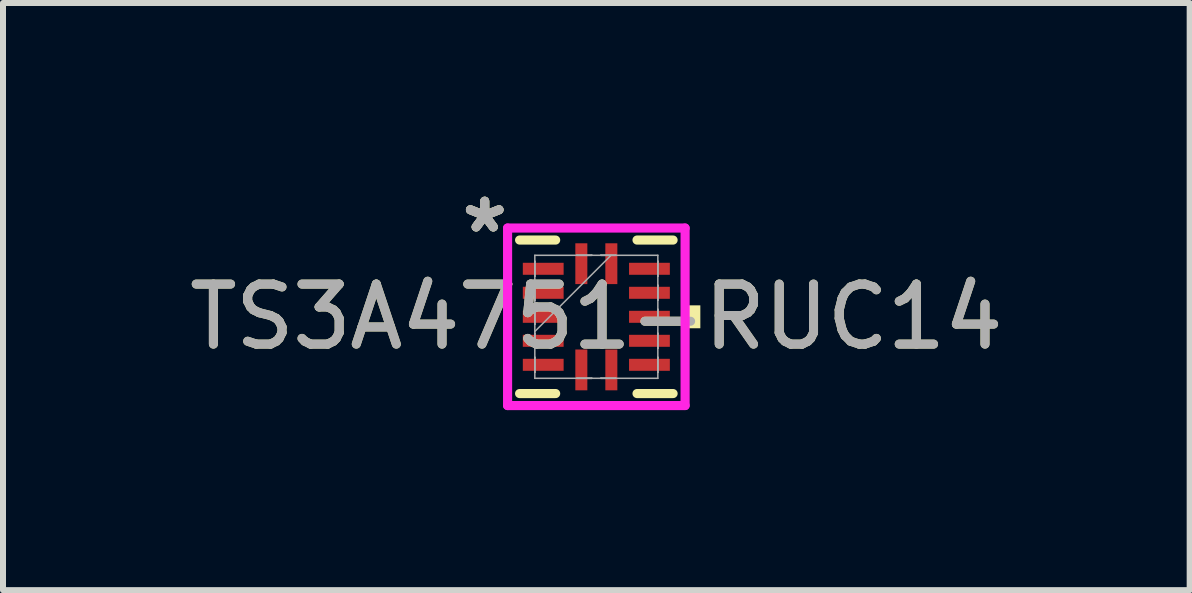
<source format=kicad_pcb>
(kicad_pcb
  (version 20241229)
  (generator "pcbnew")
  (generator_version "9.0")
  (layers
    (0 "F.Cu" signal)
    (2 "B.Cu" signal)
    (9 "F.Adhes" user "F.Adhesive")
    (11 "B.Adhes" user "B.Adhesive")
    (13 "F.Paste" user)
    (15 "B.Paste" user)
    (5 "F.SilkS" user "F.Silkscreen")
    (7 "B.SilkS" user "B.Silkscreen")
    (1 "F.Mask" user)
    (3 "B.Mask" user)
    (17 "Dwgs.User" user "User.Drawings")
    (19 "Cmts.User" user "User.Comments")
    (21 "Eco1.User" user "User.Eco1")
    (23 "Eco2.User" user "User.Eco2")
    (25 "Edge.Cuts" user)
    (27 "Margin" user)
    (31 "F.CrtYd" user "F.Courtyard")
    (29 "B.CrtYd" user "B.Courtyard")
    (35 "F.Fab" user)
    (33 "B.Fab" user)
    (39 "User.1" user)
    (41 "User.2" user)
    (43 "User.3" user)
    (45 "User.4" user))
  (footprint "TS3A4751-RUC14"
    (layer "F.Cu")
    (at 6.887 2.229)
    (property "Reference" "TS3A4751-RUC14" (at 0 0 0) (unlocked yes) (layer "F.SilkS") (effects (font (size 1 1) (thickness 0.15))))
    (attr smd)
    (fp_poly (pts (xy -1.275 -0.95) (xy -1.275 -0.65) (xy -0.495 -0.65) (xy -0.495 -0.95)) (stroke (width 0) (type solid)) (fill yes) (layer "F.Mask"))
    (fp_poly (pts (xy -1.275 -0.55) (xy -1.275 -0.25) (xy -0.495 -0.25) (xy -0.495 -0.55)) (stroke (width 0) (type solid)) (fill yes) (layer "F.Mask"))
    (fp_poly (pts (xy -1.275 -0.15) (xy -1.275 0.15) (xy -0.495 0.15) (xy -0.495 -0.15)) (stroke (width 0) (type solid)) (fill yes) (layer "F.Mask"))
    (fp_poly (pts (xy -1.275 0.25) (xy -1.275 0.55) (xy -0.495 0.55) (xy -0.495 0.25)) (stroke (width 0) (type solid)) (fill yes) (layer "F.Mask"))
    (fp_poly (pts (xy -1.275 0.65) (xy -1.275 0.95) (xy -0.495 0.95) (xy -0.495 0.65)) (stroke (width 0) (type solid)) (fill yes) (layer "F.Mask"))
    (fp_poly (pts (xy -0.4 -1.275) (xy -0.4 -0.495) (xy -0.1 -0.495) (xy -0.1 -1.275)) (stroke (width 0) (type solid)) (fill yes) (layer "F.Mask"))
    (fp_poly (pts (xy -0.4 0.495) (xy -0.4 1.275) (xy -0.1 1.275) (xy -0.1 0.495)) (stroke (width 0) (type solid)) (fill yes) (layer "F.Mask"))
    (fp_poly (pts (xy 0.1 -1.275) (xy 0.1 -0.495) (xy 0.4 -0.495) (xy 0.4 -1.275)) (stroke (width 0) (type solid)) (fill yes) (layer "F.Mask"))
    (fp_poly (pts (xy 0.1 0.495) (xy 0.1 1.275) (xy 0.4 1.275) (xy 0.4 0.495)) (stroke (width 0) (type solid)) (fill yes) (layer "F.Mask"))
    (fp_poly (pts (xy 0.495 -0.95) (xy 0.495 -0.65) (xy 1.275 -0.65) (xy 1.275 -0.95)) (stroke (width 0) (type solid)) (fill yes) (layer "F.Mask"))
    (fp_poly (pts (xy 0.495 -0.55) (xy 0.495 -0.25) (xy 1.275 -0.25) (xy 1.275 -0.55)) (stroke (width 0) (type solid)) (fill yes) (layer "F.Mask"))
    (fp_poly (pts (xy 0.495 -0.15) (xy 0.495 0.15) (xy 1.275 0.15) (xy 1.275 -0.15)) (stroke (width 0) (type solid)) (fill yes) (layer "F.Mask"))
    (fp_poly (pts (xy 0.495 0.25) (xy 0.495 0.55) (xy 1.275 0.55) (xy 1.275 0.25)) (stroke (width 0) (type solid)) (fill yes) (layer "F.Mask"))
    (fp_poly (pts (xy 0.495 0.65) (xy 0.495 0.95) (xy 1.275 0.95) (xy 1.275 0.65)) (stroke (width 0) (type solid)) (fill yes) (layer "F.Mask"))
    (fp_line (start -1.279 1.279) (end -0.678 1.279) (stroke (width 0.152) (type solid)) (layer "F.SilkS"))
    (fp_line (start -0.678 -1.279) (end -1.279 -1.279) (stroke (width 0.152) (type solid)) (layer "F.SilkS"))
    (fp_line (start 0.678 1.279) (end 1.279 1.279) (stroke (width 0.152) (type solid)) (layer "F.SilkS"))
    (fp_line (start 1.279 -1.279) (end 0.678 -1.279) (stroke (width 0.152) (type solid)) (layer "F.SilkS"))
    (fp_poly (pts (xy 1.733 -0.191) (xy 1.733 0.191) (xy 1.479 0.191) (xy 1.479 -0.191)) (stroke (width 0) (type solid)) (fill yes) (layer "F.SilkS"))
    (fp_poly (pts (xy -1.2 -0.875) (xy -1.2 -0.725) (xy -0.57 -0.725) (xy -0.57 -0.875)) (stroke (width 0) (type solid)) (fill yes) (layer "F.Paste"))
    (fp_poly (pts (xy -1.2 -0.475) (xy -1.2 -0.325) (xy -0.57 -0.325) (xy -0.57 -0.475)) (stroke (width 0) (type solid)) (fill yes) (layer "F.Paste"))
    (fp_poly (pts (xy -1.2 -0.075) (xy -1.2 0.075) (xy -0.57 0.075) (xy -0.57 -0.075)) (stroke (width 0) (type solid)) (fill yes) (layer "F.Paste"))
    (fp_poly (pts (xy -1.2 0.325) (xy -1.2 0.475) (xy -0.57 0.475) (xy -0.57 0.325)) (stroke (width 0) (type solid)) (fill yes) (layer "F.Paste"))
    (fp_poly (pts (xy -1.2 0.725) (xy -1.2 0.875) (xy -0.57 0.875) (xy -0.57 0.725)) (stroke (width 0) (type solid)) (fill yes) (layer "F.Paste"))
    (fp_poly (pts (xy -0.325 -1.2) (xy -0.325 -0.57) (xy -0.175 -0.57) (xy -0.175 -1.2)) (stroke (width 0) (type solid)) (fill yes) (layer "F.Paste"))
    (fp_poly (pts (xy -0.325 0.57) (xy -0.325 1.2) (xy -0.175 1.2) (xy -0.175 0.57)) (stroke (width 0) (type solid)) (fill yes) (layer "F.Paste"))
    (fp_poly (pts (xy 0.175 -1.2) (xy 0.175 -0.57) (xy 0.325 -0.57) (xy 0.325 -1.2)) (stroke (width 0) (type solid)) (fill yes) (layer "F.Paste"))
    (fp_poly (pts (xy 0.175 0.57) (xy 0.175 1.2) (xy 0.325 1.2) (xy 0.325 0.57)) (stroke (width 0) (type solid)) (fill yes) (layer "F.Paste"))
    (fp_poly (pts (xy 0.57 -0.875) (xy 0.57 -0.725) (xy 1.2 -0.725) (xy 1.2 -0.875)) (stroke (width 0) (type solid)) (fill yes) (layer "F.Paste"))
    (fp_poly (pts (xy 0.57 -0.475) (xy 0.57 -0.325) (xy 1.2 -0.325) (xy 1.2 -0.475)) (stroke (width 0) (type solid)) (fill yes) (layer "F.Paste"))
    (fp_poly (pts (xy 0.57 -0.075) (xy 0.57 0.075) (xy 1.2 0.075) (xy 1.2 -0.075)) (stroke (width 0) (type solid)) (fill yes) (layer "F.Paste"))
    (fp_poly (pts (xy 0.57 0.325) (xy 0.57 0.475) (xy 1.2 0.475) (xy 1.2 0.325)) (stroke (width 0) (type solid)) (fill yes) (layer "F.Paste"))
    (fp_poly (pts (xy 0.57 0.725) (xy 0.57 0.875) (xy 1.2 0.875) (xy 1.2 0.725)) (stroke (width 0) (type solid)) (fill yes) (layer "F.Paste"))
    (fp_line (start -1.479 -1.479) (end 1.479 -1.479) (stroke (width 0.152) (type solid)) (layer "F.CrtYd"))
    (fp_line (start -1.479 1.479) (end -1.479 -1.479) (stroke (width 0.152) (type solid)) (layer "F.CrtYd"))
    (fp_line (start 1.479 -1.479) (end 1.479 1.479) (stroke (width 0.152) (type solid)) (layer "F.CrtYd"))
    (fp_line (start 1.479 1.479) (end -1.479 1.479) (stroke (width 0.152) (type solid)) (layer "F.CrtYd"))
    (fp_line (start -1.025 -1.025) (end -1.025 1.025) (stroke (width 0.025) (type solid)) (layer "F.Fab"))
    (fp_line (start -1.025 -0.925) (end -1.025 -0.925) (stroke (width 0.025) (type solid)) (layer "F.Fab"))
    (fp_line (start -1.025 -0.925) (end -1.025 -0.675) (stroke (width 0.025) (type solid)) (layer "F.Fab"))
    (fp_line (start -1.025 -0.675) (end -1.025 -0.925) (stroke (width 0.025) (type solid)) (layer "F.Fab"))
    (fp_line (start -1.025 -0.675) (end -1.025 -0.675) (stroke (width 0.025) (type solid)) (layer "F.Fab"))
    (fp_line (start -1.025 -0.525) (end -1.025 -0.525) (stroke (width 0.025) (type solid)) (layer "F.Fab"))
    (fp_line (start -1.025 -0.525) (end -1.025 -0.275) (stroke (width 0.025) (type solid)) (layer "F.Fab"))
    (fp_line (start -1.025 -0.275) (end -1.025 -0.525) (stroke (width 0.025) (type solid)) (layer "F.Fab"))
    (fp_line (start -1.025 -0.275) (end -1.025 -0.275) (stroke (width 0.025) (type solid)) (layer "F.Fab"))
    (fp_line (start -1.025 -0.125) (end -1.025 -0.125) (stroke (width 0.025) (type solid)) (layer "F.Fab"))
    (fp_line (start -1.025 -0.125) (end -1.025 0.125) (stroke (width 0.025) (type solid)) (layer "F.Fab"))
    (fp_line (start -1.025 0.125) (end -1.025 -0.125) (stroke (width 0.025) (type solid)) (layer "F.Fab"))
    (fp_line (start -1.025 0.125) (end -1.025 0.125) (stroke (width 0.025) (type solid)) (layer "F.Fab"))
    (fp_line (start -1.025 0.245) (end 0.245 -1.025) (stroke (width 0.025) (type solid)) (layer "F.Fab"))
    (fp_line (start -1.025 0.275) (end -1.025 0.275) (stroke (width 0.025) (type solid)) (layer "F.Fab"))
    (fp_line (start -1.025 0.275) (end -1.025 0.525) (stroke (width 0.025) (type solid)) (layer "F.Fab"))
    (fp_line (start -1.025 0.525) (end -1.025 0.275) (stroke (width 0.025) (type solid)) (layer "F.Fab"))
    (fp_line (start -1.025 0.525) (end -1.025 0.525) (stroke (width 0.025) (type solid)) (layer "F.Fab"))
    (fp_line (start -1.025 0.675) (end -1.025 0.675) (stroke (width 0.025) (type solid)) (layer "F.Fab"))
    (fp_line (start -1.025 0.675) (end -1.025 0.925) (stroke (width 0.025) (type solid)) (layer "F.Fab"))
    (fp_line (start -1.025 0.925) (end -1.025 0.675) (stroke (width 0.025) (type solid)) (layer "F.Fab"))
    (fp_line (start -1.025 0.925) (end -1.025 0.925) (stroke (width 0.025) (type solid)) (layer "F.Fab"))
    (fp_line (start -1.025 1.025) (end 1.025 1.025) (stroke (width 0.025) (type solid)) (layer "F.Fab"))
    (fp_line (start -0.325 -1.025) (end -0.325 -1.025) (stroke (width 0.025) (type solid)) (layer "F.Fab"))
    (fp_line (start -0.325 -1.025) (end -0.075 -1.025) (stroke (width 0.025) (type solid)) (layer "F.Fab"))
    (fp_line (start -0.325 1.025) (end -0.325 1.025) (stroke (width 0.025) (type solid)) (layer "F.Fab"))
    (fp_line (start -0.325 1.025) (end -0.075 1.025) (stroke (width 0.025) (type solid)) (layer "F.Fab"))
    (fp_line (start -0.075 -1.025) (end -0.325 -1.025) (stroke (width 0.025) (type solid)) (layer "F.Fab"))
    (fp_line (start -0.075 -1.025) (end -0.075 -1.025) (stroke (width 0.025) (type solid)) (layer "F.Fab"))
    (fp_line (start -0.075 1.025) (end -0.325 1.025) (stroke (width 0.025) (type solid)) (layer "F.Fab"))
    (fp_line (start -0.075 1.025) (end -0.075 1.025) (stroke (width 0.025) (type solid)) (layer "F.Fab"))
    (fp_line (start 0.075 -1.025) (end 0.075 -1.025) (stroke (width 0.025) (type solid)) (layer "F.Fab"))
    (fp_line (start 0.075 -1.025) (end 0.325 -1.025) (stroke (width 0.025) (type solid)) (layer "F.Fab"))
    (fp_line (start 0.075 1.025) (end 0.075 1.025) (stroke (width 0.025) (type solid)) (layer "F.Fab"))
    (fp_line (start 0.075 1.025) (end 0.325 1.025) (stroke (width 0.025) (type solid)) (layer "F.Fab"))
    (fp_line (start 0.325 -1.025) (end 0.075 -1.025) (stroke (width 0.025) (type solid)) (layer "F.Fab"))
    (fp_line (start 0.325 -1.025) (end 0.325 -1.025) (stroke (width 0.025) (type solid)) (layer "F.Fab"))
    (fp_line (start 0.325 1.025) (end 0.075 1.025) (stroke (width 0.025) (type solid)) (layer "F.Fab"))
    (fp_line (start 0.325 1.025) (end 0.325 1.025) (stroke (width 0.025) (type solid)) (layer "F.Fab"))
    (fp_line (start 1.025 -1.025) (end -1.025 -1.025) (stroke (width 0.025) (type solid)) (layer "F.Fab"))
    (fp_line (start 1.025 -0.925) (end 1.025 -0.925) (stroke (width 0.025) (type solid)) (layer "F.Fab"))
    (fp_line (start 1.025 -0.925) (end 1.025 -0.675) (stroke (width 0.025) (type solid)) (layer "F.Fab"))
    (fp_line (start 1.025 -0.675) (end 1.025 -0.925) (stroke (width 0.025) (type solid)) (layer "F.Fab"))
    (fp_line (start 1.025 -0.675) (end 1.025 -0.675) (stroke (width 0.025) (type solid)) (layer "F.Fab"))
    (fp_line (start 1.025 -0.525) (end 1.025 -0.525) (stroke (width 0.025) (type solid)) (layer "F.Fab"))
    (fp_line (start 1.025 -0.525) (end 1.025 -0.275) (stroke (width 0.025) (type solid)) (layer "F.Fab"))
    (fp_line (start 1.025 -0.275) (end 1.025 -0.525) (stroke (width 0.025) (type solid)) (layer "F.Fab"))
    (fp_line (start 1.025 -0.275) (end 1.025 -0.275) (stroke (width 0.025) (type solid)) (layer "F.Fab"))
    (fp_line (start 1.025 -0.125) (end 1.025 -0.125) (stroke (width 0.025) (type solid)) (layer "F.Fab"))
    (fp_line (start 1.025 -0.125) (end 1.025 0.125) (stroke (width 0.025) (type solid)) (layer "F.Fab"))
    (fp_line (start 1.025 0.125) (end 1.025 -0.125) (stroke (width 0.025) (type solid)) (layer "F.Fab"))
    (fp_line (start 1.025 0.125) (end 1.025 0.125) (stroke (width 0.025) (type solid)) (layer "F.Fab"))
    (fp_line (start 1.025 0.275) (end 1.025 0.275) (stroke (width 0.025) (type solid)) (layer "F.Fab"))
    (fp_line (start 1.025 0.275) (end 1.025 0.525) (stroke (width 0.025) (type solid)) (layer "F.Fab"))
    (fp_line (start 1.025 0.525) (end 1.025 0.275) (stroke (width 0.025) (type solid)) (layer "F.Fab"))
    (fp_line (start 1.025 0.525) (end 1.025 0.525) (stroke (width 0.025) (type solid)) (layer "F.Fab"))
    (fp_line (start 1.025 0.675) (end 1.025 0.675) (stroke (width 0.025) (type solid)) (layer "F.Fab"))
    (fp_line (start 1.025 0.675) (end 1.025 0.925) (stroke (width 0.025) (type solid)) (layer "F.Fab"))
    (fp_line (start 1.025 0.925) (end 1.025 0.675) (stroke (width 0.025) (type solid)) (layer "F.Fab"))
    (fp_line (start 1.025 0.925) (end 1.025 0.925) (stroke (width 0.025) (type solid)) (layer "F.Fab"))
    (fp_line (start 1.025 1.025) (end 1.025 -1.025) (stroke (width 0.025) (type solid)) (layer "F.Fab"))
    (fp_text user "*" (at -1.86 -1.381 0) (unlocked yes) (layer "F.SilkS") (effects (font (size 1 1) (thickness 0.15))))
    (fp_text user "*" (at -1.86 -1.381 0) (layer "F.SilkS") (effects (font (size 1 1) (thickness 0.15))))
    (fp_text user "${REFERENCE}" (at 0 0 0) (unlocked yes) (layer "F.Fab") (effects (font (size 1 1) (thickness 0.15))))
    (fp_text user "*" (at -1.86 -1.381 0) (unlocked yes) (layer "F.Fab") (effects (font (size 1 1) (thickness 0.15))))
    (fp_text user "*" (at -1.86 -1.381 0) (layer "F.Fab") (effects (font (size 1 1) (thickness 0.15))))
    (pad "1" smd rect (at -0.885 -0.8 90) (size 0.2 0.68) (layers "F.Cu" "F.Mask"))
    (pad "2" smd rect (at -0.885 -0.4 90) (size 0.2 0.68) (layers "F.Cu" "F.Mask"))
    (pad "3" smd rect (at -0.885 0 90) (size 0.2 0.68) (layers "F.Cu" "F.Mask"))
    (pad "4" smd rect (at -0.885 0.4 90) (size 0.2 0.68) (layers "F.Cu" "F.Mask"))
    (pad "5" smd rect (at -0.885 0.8 90) (size 0.2 0.68) (layers "F.Cu" "F.Mask"))
    (pad "6" smd rect (at -0.25 0.885) (size 0.2 0.68) (layers "F.Cu" "F.Mask"))
    (pad "7" smd rect (at 0.25 0.885) (size 0.2 0.68) (layers "F.Cu" "F.Mask"))
    (pad "8" smd rect (at 0.885 0.8 90) (size 0.2 0.68) (layers "F.Cu" "F.Mask"))
    (pad "9" smd rect (at 0.885 0.4 90) (size 0.2 0.68) (layers "F.Cu" "F.Mask"))
    (pad "10" smd rect (at 0.885 0 90) (size 0.2 0.68) (layers "F.Cu" "F.Mask"))
    (pad "11" smd rect (at 0.885 -0.4 90) (size 0.2 0.68) (layers "F.Cu" "F.Mask"))
    (pad "12" smd rect (at 0.885 -0.8 90) (size 0.2 0.68) (layers "F.Cu" "F.Mask"))
    (pad "13" smd rect (at 0.25 -0.885) (size 0.2 0.68) (layers "F.Cu" "F.Mask"))
    (pad "14" smd rect (at -0.25 -0.885) (size 0.2 0.68) (layers "F.Cu" "F.Mask")))
  (gr_rect
    (start -3 -3)
    (end 16.774 6.784)
    (stroke (width 0.1) (type default))
    (fill no)
    (layer "Edge.Cuts")))
</source>
